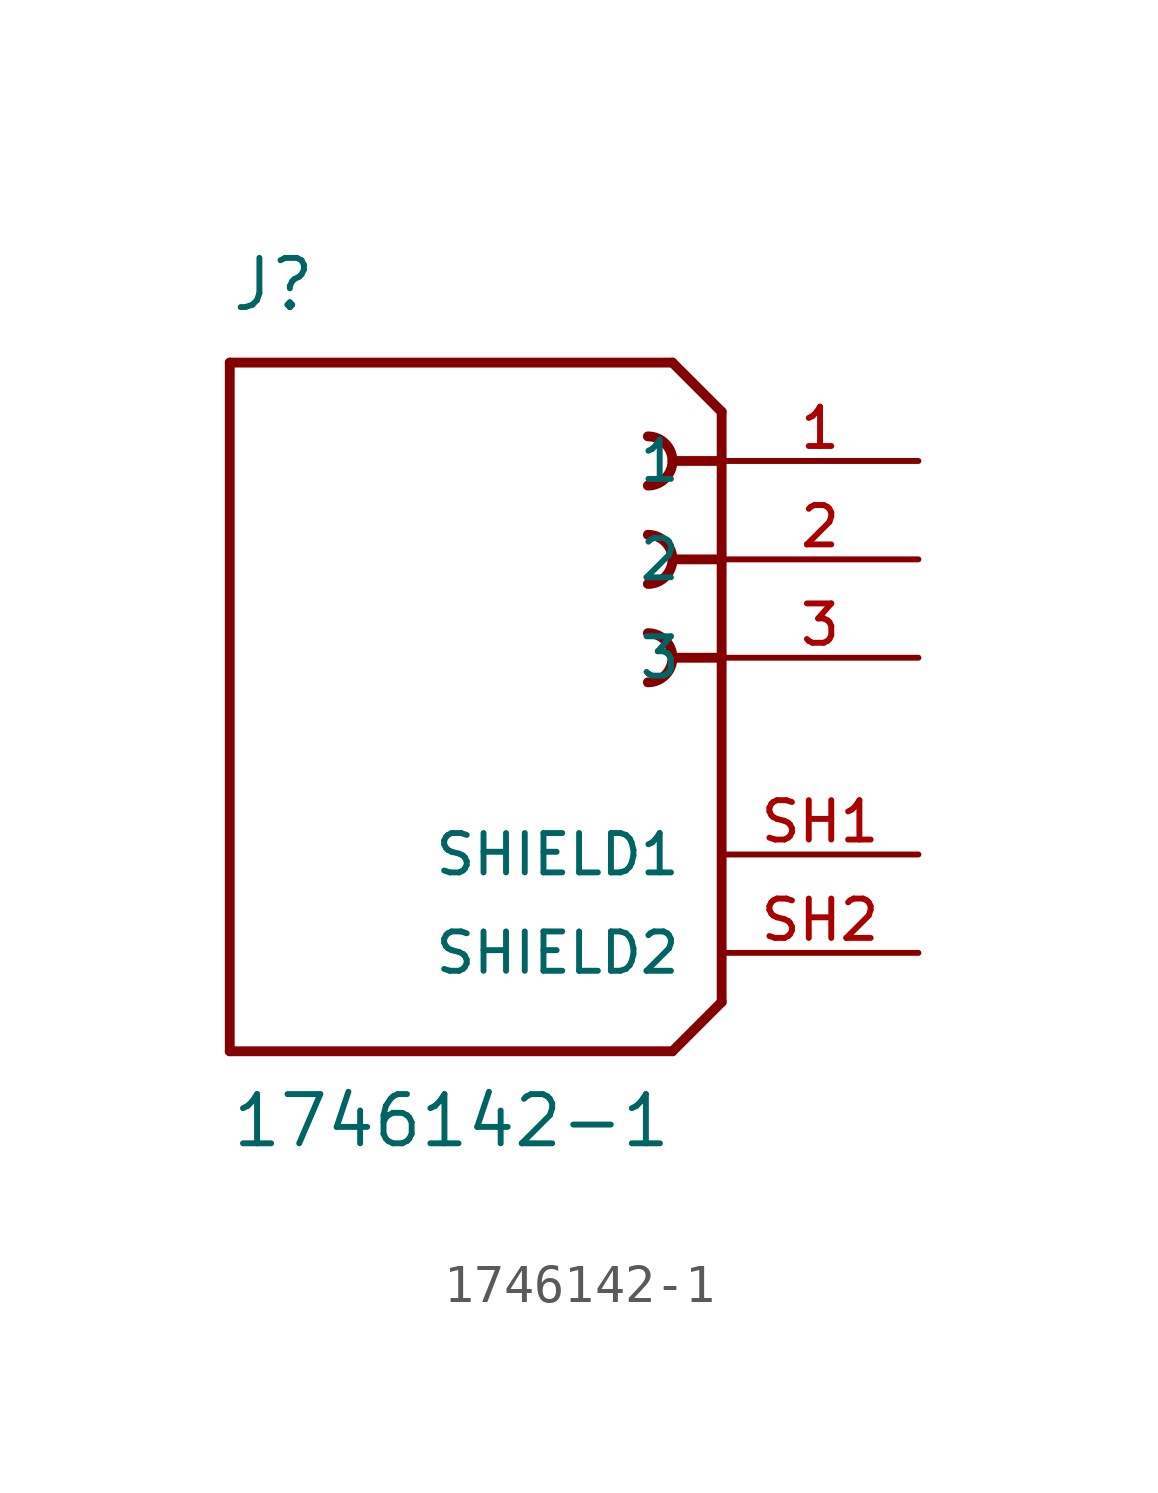
<source format=kicad_sym>
(kicad_symbol_lib
  (version 20211014)
  (generator kicad_symbol_editor)
  (symbol "1746142-1"
    (pin_names
      (offset 1.016))
    (property "Reference" "J"
      (at -12.7 8.89 0)
      (effects (font (size 1.27 1.27)) (justify bottom left)))
    (property "Value" "1746142-1"
      (at -12.7 -12.7 0)
      (effects (font (size 1.27 1.27)) (justify bottom left)))
    (symbol "1746142-1_0_0"
      (polyline (pts (xy 0.0 6.35) (xy -1.27 7.62)) (stroke (width 0.254)))
      (polyline (pts (xy 0.0 6.35) (xy 0.0 5.08)) (stroke (width 0.254)))
      (polyline (pts (xy 0.0 5.08) (xy 0.0 -8.89)) (stroke (width 0.254)))
      (polyline (pts (xy 0.0 -8.89) (xy -1.27 -10.16)) (stroke (width 0.254)))
      (polyline (pts (xy -1.27 -10.16) (xy -12.7 -10.16)) (stroke (width 0.254)))
      (polyline (pts (xy -12.7 -10.16) (xy -12.7 7.62)) (stroke (width 0.254)))
      (polyline (pts (xy -12.7 7.62) (xy -1.27 7.62)) (stroke (width 0.254)))
      (polyline (pts (xy 0.0 5.08) (xy -1.27 5.08)) (stroke (width 0.254)))
      (arc (start -1.905 4.445) (mid -1.27 5.08) (end -1.905 5.715) (stroke (width 0.254) (type default) (color 0 0 0 0)) (fill (type none)))
      (polyline (pts (xy 0.0 2.54) (xy -1.27 2.54)) (stroke (width 0.254)))
      (arc (start -1.905 1.905) (mid -1.27 2.54) (end -1.905 3.175) (stroke (width 0.254) (type default) (color 0 0 0 0)) (fill (type none)))
      (polyline (pts (xy 0.0 0.0) (xy -1.27 0.0)) (stroke (width 0.254)))
      (arc (start -1.905 -0.635) (mid -1.27 0.0) (end -1.905 0.635) (stroke (width 0.254) (type default) (color 0 0 0 0)) (fill (type none)))
      (pin passive line (at 5.08 5.08 180.0) (length 5.08) (name "1" (effects (font (size 1.016 1.016)))) (number "1" (effects (font (size 1.016 1.016)))))
      (pin passive line (at 5.08 2.54 180.0) (length 5.08) (name "2" (effects (font (size 1.016 1.016)))) (number "2" (effects (font (size 1.016 1.016)))))
      (pin passive line (at 5.08 0.0 180.0) (length 5.08) (name "3" (effects (font (size 1.016 1.016)))) (number "3" (effects (font (size 1.016 1.016)))))
      (pin passive line (at 5.08 -5.08 180.0) (length 5.08) (name "SHIELD1" (effects (font (size 1.016 1.016)))) (number "SH1" (effects (font (size 1.016 1.016)))))
      (pin passive line (at 5.08 -7.62 180.0) (length 5.08) (name "SHIELD2" (effects (font (size 1.016 1.016)))) (number "SH2" (effects (font (size 1.016 1.016))))))))
</source>
